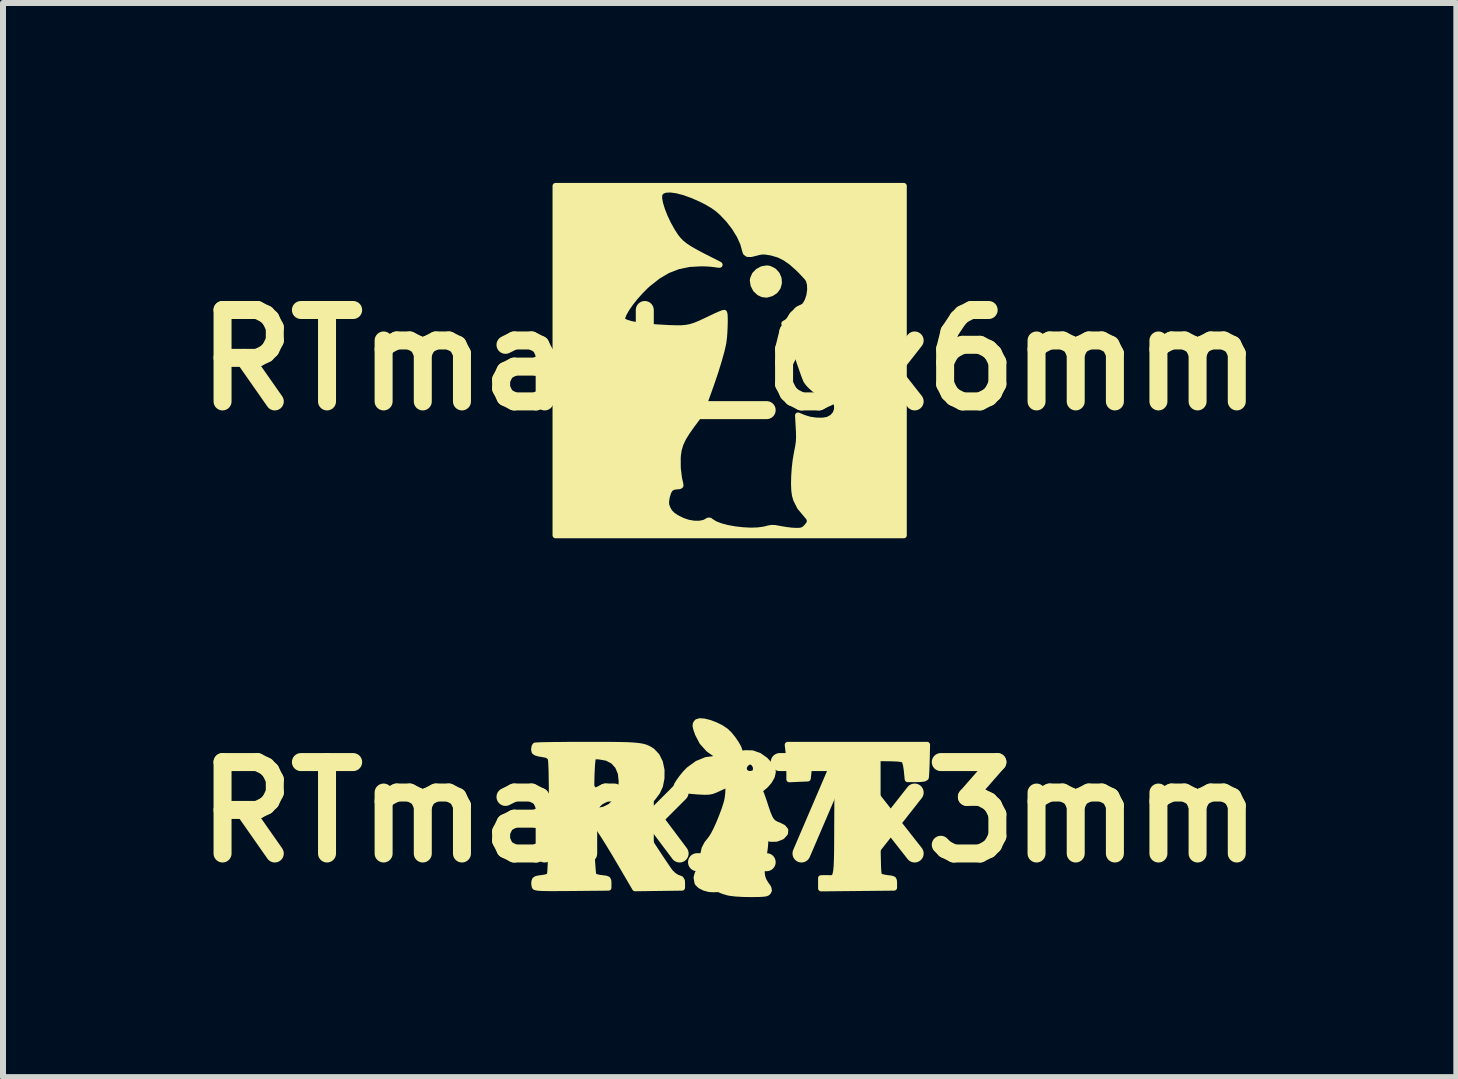
<source format=kicad_pcb>
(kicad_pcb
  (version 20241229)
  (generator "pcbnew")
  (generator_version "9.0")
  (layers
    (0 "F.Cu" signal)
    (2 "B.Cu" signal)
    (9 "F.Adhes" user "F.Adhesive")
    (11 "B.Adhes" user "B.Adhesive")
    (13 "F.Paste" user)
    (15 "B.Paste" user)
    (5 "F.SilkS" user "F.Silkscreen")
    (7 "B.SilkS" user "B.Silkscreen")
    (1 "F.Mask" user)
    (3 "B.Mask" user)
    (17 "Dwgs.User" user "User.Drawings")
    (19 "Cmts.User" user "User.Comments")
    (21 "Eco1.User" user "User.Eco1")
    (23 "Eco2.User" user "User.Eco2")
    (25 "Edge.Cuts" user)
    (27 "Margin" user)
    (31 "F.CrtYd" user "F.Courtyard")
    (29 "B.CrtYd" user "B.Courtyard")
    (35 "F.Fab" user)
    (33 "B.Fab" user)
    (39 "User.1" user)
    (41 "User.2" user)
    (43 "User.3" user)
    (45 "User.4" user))
  (footprint "RTmark_7x3mm"
    (layer "F.Cu")
    (at 9.115 10.49)
    (property "Reference" "RTmark_7x3mm" (at 0 0 0) (layer "F.SilkS") (effects (font (size 1.524 1.524) (thickness 0.3))))
    (attr through_hole)
    (fp_poly (pts (xy 3.291 -1.122) (xy 3.285 -0.863) (xy 3.282 -0.76) (xy 3.278 -0.672) (xy 3.274 -0.608) (xy 3.27 -0.577) (xy 3.27 -0.577) (xy 3.243 -0.56) (xy 3.175 -0.552) (xy 3.114 -0.55) (xy 2.968 -0.55) (xy 2.953 -0.698) (xy 2.94 -0.785) (xy 2.922 -0.847) (xy 2.907 -0.871) (xy 2.867 -0.885) (xy 2.791 -0.894) (xy 2.684 -0.898) (xy 2.671 -0.898) (xy 2.466 -0.9) (xy 2.466 0.068) (xy 2.466 0.307) (xy 2.467 0.506) (xy 2.468 0.67) (xy 2.471 0.8) (xy 2.473 0.901) (xy 2.477 0.974) (xy 2.482 1.024) (xy 2.488 1.052) (xy 2.493 1.062) (xy 2.528 1.08) (xy 2.59 1.094) (xy 2.63 1.1) (xy 2.695 1.108) (xy 2.728 1.12) (xy 2.739 1.144) (xy 2.741 1.185) (xy 2.741 1.259) (xy 2.133 1.265) (xy 1.524 1.271) (xy 1.524 1.186) (xy 1.524 1.101) (xy 1.625 1.1) (xy 1.662 1.101) (xy 1.693 1.101) (xy 1.719 1.097) (xy 1.74 1.086) (xy 1.756 1.063) (xy 1.768 1.026) (xy 1.777 0.971) (xy 1.784 0.894) (xy 1.788 0.792) (xy 1.791 0.662) (xy 1.792 0.5) (xy 1.793 0.302) (xy 1.794 0.072) (xy 1.8 -0.916) (xy 1.593 -0.901) (xy 1.497 -0.892) (xy 1.419 -0.879) (xy 1.37 -0.866) (xy 1.359 -0.86) (xy 1.343 -0.825) (xy 1.327 -0.763) (xy 1.317 -0.697) (xy 1.302 -0.561) (xy 1.148 -0.555) (xy 0.995 -0.548) (xy 0.995 -0.724) (xy 0.993 -0.824) (xy 0.988 -0.924) (xy 0.982 -1.004) (xy 0.981 -1.011) (xy 0.968 -1.122) (xy 2.13 -1.122) (xy 3.291 -1.122)) (stroke (width 0.1) (type solid)) (fill yes) (layer "F.SilkS"))
    (fp_poly (pts (xy -0.794 1.259) (xy -1.185 1.264) (xy -1.577 1.269) (xy -1.789 0.907) (xy -1.8 0.888) (xy -1.8 -0.509) (xy -1.815 -0.651) (xy -1.863 -0.765) (xy -1.94 -0.851) (xy -2.045 -0.906) (xy -2.178 -0.929) (xy -2.193 -0.93) (xy -2.28 -0.931) (xy -2.294 -0.801) (xy -2.298 -0.733) (xy -2.303 -0.633) (xy -2.306 -0.515) (xy -2.307 -0.389) (xy -2.307 -0.346) (xy -2.307 -0.021) (xy -2.238 -0.021) (xy -2.169 -0.027) (xy -2.095 -0.042) (xy -2.091 -0.043) (xy -1.989 -0.093) (xy -1.905 -0.175) (xy -1.843 -0.285) (xy -1.807 -0.415) (xy -1.8 -0.509) (xy -1.8 0.888) (xy -1.912 0.698) (xy -2.02 0.52) (xy -2.112 0.374) (xy -2.186 0.262) (xy -2.243 0.183) (xy -2.282 0.14) (xy -2.301 0.133) (xy -2.303 0.138) (xy -2.308 0.182) (xy -2.31 0.258) (xy -2.31 0.357) (xy -2.307 0.471) (xy -2.304 0.594) (xy -2.299 0.716) (xy -2.293 0.831) (xy -2.286 0.931) (xy -2.279 1.008) (xy -2.272 1.054) (xy -2.268 1.064) (xy -2.233 1.08) (xy -2.173 1.095) (xy -2.132 1.1) (xy -2.068 1.108) (xy -2.035 1.12) (xy -2.023 1.144) (xy -2.021 1.185) (xy -2.021 1.259) (xy -2.63 1.265) (xy -2.811 1.266) (xy -2.953 1.267) (xy -3.061 1.266) (xy -3.14 1.264) (xy -3.195 1.26) (xy -3.228 1.254) (xy -3.246 1.247) (xy -3.251 1.24) (xy -3.258 1.195) (xy -3.256 1.16) (xy -3.246 1.131) (xy -3.22 1.113) (xy -3.167 1.103) (xy -3.138 1.1) (xy -3.07 1.089) (xy -3.018 1.072) (xy -3.001 1.062) (xy -2.995 1.035) (xy -2.989 0.972) (xy -2.984 0.876) (xy -2.979 0.754) (xy -2.975 0.61) (xy -2.972 0.45) (xy -2.969 0.279) (xy -2.967 0.102) (xy -2.965 -0.075) (xy -2.965 -0.248) (xy -2.965 -0.411) (xy -2.967 -0.559) (xy -2.969 -0.686) (xy -2.973 -0.788) (xy -2.977 -0.859) (xy -2.983 -0.894) (xy -3.007 -0.932) (xy -3.052 -0.954) (xy -3.094 -0.963) (xy -3.177 -0.977) (xy -3.227 -0.991) (xy -3.252 -1.009) (xy -3.259 -1.036) (xy -3.26 -1.048) (xy -3.253 -1.092) (xy -3.241 -1.11) (xy -3.216 -1.112) (xy -3.154 -1.115) (xy -3.059 -1.117) (xy -2.935 -1.119) (xy -2.787 -1.12) (xy -2.621 -1.122) (xy -2.44 -1.122) (xy -2.389 -1.122) (xy -2.162 -1.122) (xy -1.974 -1.121) (xy -1.819 -1.119) (xy -1.693 -1.116) (xy -1.593 -1.11) (xy -1.514 -1.102) (xy -1.452 -1.091) (xy -1.402 -1.077) (xy -1.36 -1.059) (xy -1.322 -1.037) (xy -1.292 -1.017) (xy -1.216 -0.937) (xy -1.163 -0.83) (xy -1.136 -0.702) (xy -1.137 -0.563) (xy -1.162 -0.437) (xy -1.208 -0.338) (xy -1.284 -0.236) (xy -1.381 -0.141) (xy -1.488 -0.064) (xy -1.513 -0.05) (xy -1.574 -0.017) (xy -1.616 0.01) (xy -1.63 0.022) (xy -1.619 0.044) (xy -1.588 0.094) (xy -1.541 0.169) (xy -1.481 0.263) (xy -1.412 0.369) (xy -1.338 0.482) (xy -1.263 0.597) (xy -1.19 0.708) (xy -1.123 0.809) (xy -1.065 0.895) (xy -1.02 0.96) (xy -0.992 0.999) (xy -0.991 1) (xy -0.934 1.056) (xy -0.873 1.093) (xy -0.861 1.097) (xy -0.815 1.114) (xy -0.796 1.145) (xy -0.794 1.187) (xy -0.794 1.259)) (stroke (width 0.1) (type solid)) (fill yes) (layer "F.SilkS"))
    (fp_poly (pts (xy 0.927 0.301) (xy 0.923 0.35) (xy 0.877 0.401) (xy 0.861 0.412) (xy 0.78 0.443) (xy 0.686 0.445) (xy 0.64 0.434) (xy 0.611 0.428) (xy 0.597 0.441) (xy 0.593 0.484) (xy 0.593 0.511) (xy 0.588 0.579) (xy 0.576 0.669) (xy 0.559 0.761) (xy 0.559 0.762) (xy 0.543 0.856) (xy 0.535 0.948) (xy 0.535 1.02) (xy 0.535 1.02) (xy 0.544 1.081) (xy 0.563 1.135) (xy 0.598 1.195) (xy 0.645 1.262) (xy 0.654 1.305) (xy 0.643 1.328) (xy 0.628 1.344) (xy 0.602 1.355) (xy 0.556 1.361) (xy 0.484 1.365) (xy 0.441 1.365) (xy 0.441 -0.708) (xy 0.434 -0.764) (xy 0.405 -0.815) (xy 0.36 -0.844) (xy 0.342 -0.847) (xy 0.293 -0.829) (xy 0.251 -0.785) (xy 0.233 -0.734) (xy 0.233 -0.731) (xy 0.25 -0.672) (xy 0.299 -0.64) (xy 0.339 -0.635) (xy 0.39 -0.644) (xy 0.419 -0.66) (xy 0.441 -0.708) (xy 0.441 1.365) (xy 0.379 1.366) (xy 0.353 1.366) (xy 0.221 1.364) (xy 0.103 1.357) (xy 0.01 1.346) (xy -0.026 1.339) (xy -0.091 1.32) (xy -0.14 1.302) (xy -0.155 1.293) (xy -0.185 1.284) (xy -0.24 1.284) (xy -0.262 1.286) (xy -0.339 1.282) (xy -0.419 1.261) (xy -0.487 1.227) (xy -0.531 1.185) (xy -0.537 1.174) (xy -0.552 1.091) (xy -0.533 1.021) (xy -0.492 0.979) (xy -0.461 0.956) (xy -0.444 0.931) (xy -0.438 0.889) (xy -0.439 0.821) (xy -0.44 0.8) (xy -0.438 0.696) (xy -0.419 0.61) (xy -0.377 0.529) (xy -0.306 0.439) (xy -0.271 0.384) (xy -0.227 0.3) (xy -0.179 0.194) (xy -0.131 0.077) (xy -0.087 -0.04) (xy -0.052 -0.149) (xy -0.044 -0.18) (xy -0.033 -0.235) (xy -0.025 -0.304) (xy -0.021 -0.373) (xy -0.021 -0.43) (xy -0.026 -0.462) (xy -0.029 -0.466) (xy -0.051 -0.457) (xy -0.101 -0.435) (xy -0.169 -0.404) (xy -0.18 -0.399) (xy -0.246 -0.369) (xy -0.299 -0.35) (xy -0.35 -0.341) (xy -0.413 -0.339) (xy -0.502 -0.343) (xy -0.537 -0.345) (xy -0.662 -0.356) (xy -0.765 -0.371) (xy -0.84 -0.389) (xy -0.882 -0.409) (xy -0.889 -0.421) (xy -0.876 -0.457) (xy -0.841 -0.512) (xy -0.793 -0.578) (xy -0.739 -0.644) (xy -0.686 -0.699) (xy -0.679 -0.706) (xy -0.539 -0.808) (xy -0.392 -0.868) (xy -0.234 -0.889) (xy -0.233 -0.889) (xy -0.095 -0.89) (xy -0.212 -0.953) (xy -0.35 -1.049) (xy -0.458 -1.17) (xy -0.528 -1.304) (xy -0.557 -1.386) (xy -0.569 -1.439) (xy -0.564 -1.473) (xy -0.545 -1.499) (xy -0.54 -1.503) (xy -0.495 -1.516) (xy -0.423 -1.51) (xy -0.335 -1.488) (xy -0.24 -1.452) (xy -0.148 -1.407) (xy -0.068 -1.354) (xy -0.009 -1.298) (xy 0.052 -1.223) (xy 0.107 -1.143) (xy 0.147 -1.071) (xy 0.159 -1.035) (xy 0.171 -0.995) (xy 0.19 -0.978) (xy 0.23 -0.978) (xy 0.266 -0.983) (xy 0.378 -0.98) (xy 0.491 -0.94) (xy 0.593 -0.868) (xy 0.647 -0.809) (xy 0.687 -0.749) (xy 0.714 -0.696) (xy 0.72 -0.672) (xy 0.703 -0.597) (xy 0.658 -0.517) (xy 0.595 -0.445) (xy 0.57 -0.424) (xy 0.52 -0.383) (xy 0.505 -0.353) (xy 0.51 -0.337) (xy 0.524 -0.305) (xy 0.547 -0.242) (xy 0.575 -0.16) (xy 0.594 -0.101) (xy 0.633 0.014) (xy 0.667 0.095) (xy 0.701 0.15) (xy 0.742 0.186) (xy 0.794 0.212) (xy 0.814 0.218) (xy 0.89 0.256) (xy 0.927 0.301)) (stroke (width 0.1) (type solid)) (fill yes) (layer "F.SilkS")))
  (footprint "RTmark_6x6mm"
    (layer "F.Cu")
    (at 9.115 2.953)
    (property "Reference" "RTmark_6x6mm" (at 0 0 0) (layer "F.SilkS") (effects (font (size 1.524 1.524) (thickness 0.3))))
    (attr through_hole)
    (fp_poly (pts (xy 0.821 -1.285) (xy 0.802 -1.214) (xy 0.757 -1.153) (xy 0.695 -1.113) (xy 0.618 -1.091) (xy 0.551 -1.098) (xy 0.493 -1.125) (xy 0.435 -1.179) (xy 0.398 -1.252) (xy 0.386 -1.329) (xy 0.389 -1.351) (xy 0.419 -1.422) (xy 0.474 -1.478) (xy 0.545 -1.516) (xy 0.622 -1.528) (xy 0.661 -1.522) (xy 0.735 -1.485) (xy 0.787 -1.428) (xy 0.816 -1.359) (xy 0.821 -1.285)) (stroke (width 0.1) (type solid)) (fill yes) (layer "F.SilkS"))
    (fp_poly (pts (xy 2.903 2.921) (xy 1.79 2.921) (xy 1.79 0.825) (xy 1.79 0.752) (xy 1.76 0.684) (xy 1.757 0.681) (xy 1.723 0.651) (xy 1.67 0.615) (xy 1.606 0.578) (xy 1.544 0.548) (xy 1.495 0.529) (xy 1.477 0.526) (xy 1.449 0.514) (xy 1.406 0.481) (xy 1.358 0.438) (xy 1.313 0.391) (xy 1.282 0.349) (xy 1.277 0.341) (xy 1.262 0.306) (xy 1.238 0.243) (xy 1.209 0.16) (xy 1.176 0.065) (xy 1.158 0.012) (xy 1.12 -0.1) (xy 1.077 -0.216) (xy 1.034 -0.324) (xy 0.997 -0.413) (xy 0.987 -0.434) (xy 0.954 -0.504) (xy 0.929 -0.561) (xy 0.914 -0.598) (xy 0.911 -0.607) (xy 0.929 -0.617) (xy 0.967 -0.64) (xy 0.998 -0.657) (xy 1.088 -0.722) (xy 1.177 -0.81) (xy 1.253 -0.907) (xy 1.298 -0.984) (xy 1.328 -1.073) (xy 1.342 -1.17) (xy 1.339 -1.262) (xy 1.319 -1.335) (xy 1.317 -1.339) (xy 1.294 -1.372) (xy 1.25 -1.421) (xy 1.194 -1.481) (xy 1.139 -1.535) (xy 1.027 -1.634) (xy 0.923 -1.706) (xy 0.819 -1.757) (xy 0.704 -1.791) (xy 0.666 -1.798) (xy 0.594 -1.809) (xy 0.539 -1.81) (xy 0.483 -1.8) (xy 0.434 -1.787) (xy 0.354 -1.768) (xy 0.3 -1.769) (xy 0.269 -1.792) (xy 0.258 -1.825) (xy 0.225 -1.945) (xy 0.166 -2.075) (xy 0.084 -2.209) (xy -0.016 -2.339) (xy -0.126 -2.455) (xy -0.202 -2.522) (xy -0.281 -2.578) (xy -0.373 -2.632) (xy -0.458 -2.676) (xy -0.614 -2.746) (xy -0.756 -2.797) (xy -0.882 -2.83) (xy -0.989 -2.844) (xy -1.075 -2.839) (xy -1.136 -2.815) (xy -1.171 -2.77) (xy -1.174 -2.76) (xy -1.176 -2.696) (xy -1.16 -2.609) (xy -1.128 -2.505) (xy -1.083 -2.39) (xy -1.027 -2.271) (xy -0.962 -2.155) (xy -0.903 -2.063) (xy -0.858 -2.006) (xy -0.806 -1.953) (xy -0.741 -1.901) (xy -0.66 -1.848) (xy -0.556 -1.789) (xy -0.425 -1.72) (xy -0.39 -1.703) (xy -0.31 -1.662) (xy -0.242 -1.628) (xy -0.193 -1.603) (xy -0.169 -1.59) (xy -0.168 -1.589) (xy -0.181 -1.589) (xy -0.22 -1.594) (xy -0.249 -1.598) (xy -0.313 -1.606) (xy -0.394 -1.611) (xy -0.472 -1.613) (xy -0.674 -1.602) (xy -0.858 -1.564) (xy -1.032 -1.497) (xy -1.198 -1.399) (xy -1.364 -1.268) (xy -1.397 -1.238) (xy -1.488 -1.147) (xy -1.574 -1.051) (xy -1.651 -0.954) (xy -1.716 -0.861) (xy -1.764 -0.778) (xy -1.791 -0.711) (xy -1.796 -0.68) (xy -1.778 -0.651) (xy -1.726 -0.625) (xy -1.642 -0.6) (xy -1.527 -0.579) (xy -1.384 -0.56) (xy -1.215 -0.545) (xy -1.022 -0.534) (xy -1.016 -0.534) (xy -0.901 -0.53) (xy -0.807 -0.53) (xy -0.727 -0.537) (xy -0.653 -0.551) (xy -0.576 -0.575) (xy -0.488 -0.611) (xy -0.381 -0.661) (xy -0.304 -0.698) (xy -0.226 -0.735) (xy -0.16 -0.764) (xy -0.114 -0.782) (xy -0.092 -0.787) (xy -0.092 -0.787) (xy -0.085 -0.762) (xy -0.082 -0.71) (xy -0.082 -0.637) (xy -0.084 -0.553) (xy -0.088 -0.465) (xy -0.094 -0.382) (xy -0.103 -0.311) (xy -0.107 -0.281) (xy -0.136 -0.153) (xy -0.18 0.004) (xy -0.237 0.189) (xy -0.307 0.397) (xy -0.362 0.55) (xy -0.403 0.664) (xy -0.434 0.75) (xy -0.459 0.815) (xy -0.482 0.866) (xy -0.504 0.908) (xy -0.531 0.949) (xy -0.564 0.995) (xy -0.607 1.053) (xy -0.627 1.079) (xy -0.714 1.202) (xy -0.778 1.307) (xy -0.822 1.403) (xy -0.85 1.498) (xy -0.864 1.599) (xy -0.866 1.631) (xy -0.865 1.802) (xy -0.844 1.973) (xy -0.823 2.064) (xy -0.82 2.092) (xy -0.838 2.103) (xy -0.87 2.105) (xy -0.937 2.113) (xy -0.986 2.14) (xy -1.021 2.192) (xy -1.046 2.273) (xy -1.053 2.306) (xy -1.061 2.371) (xy -1.056 2.422) (xy -1.036 2.476) (xy -1.003 2.534) (xy -0.954 2.584) (xy -0.884 2.631) (xy -0.788 2.679) (xy -0.694 2.711) (xy -0.595 2.728) (xy -0.502 2.729) (xy -0.424 2.713) (xy -0.392 2.697) (xy -0.355 2.676) (xy -0.331 2.677) (xy -0.311 2.692) (xy -0.247 2.733) (xy -0.154 2.769) (xy -0.041 2.799) (xy 0.085 2.822) (xy 0.218 2.837) (xy 0.349 2.844) (xy 0.47 2.84) (xy 0.575 2.826) (xy 0.602 2.819) (xy 0.658 2.805) (xy 0.703 2.798) (xy 0.752 2.8) (xy 0.815 2.811) (xy 0.857 2.819) (xy 0.944 2.833) (xy 1.033 2.844) (xy 1.107 2.848) (xy 1.113 2.848) (xy 1.176 2.846) (xy 1.218 2.836) (xy 1.254 2.813) (xy 1.281 2.787) (xy 1.326 2.73) (xy 1.34 2.68) (xy 1.321 2.628) (xy 1.27 2.568) (xy 1.269 2.566) (xy 1.173 2.452) (xy 1.109 2.325) (xy 1.088 2.252) (xy 1.077 2.17) (xy 1.073 2.062) (xy 1.076 1.936) (xy 1.085 1.803) (xy 1.1 1.671) (xy 1.121 1.549) (xy 1.124 1.533) (xy 1.142 1.442) (xy 1.153 1.365) (xy 1.157 1.288) (xy 1.155 1.196) (xy 1.152 1.138) (xy 1.14 0.924) (xy 1.237 0.964) (xy 1.334 0.994) (xy 1.442 1.009) (xy 1.547 1.011) (xy 1.635 0.997) (xy 1.641 0.994) (xy 1.713 0.955) (xy 1.764 0.896) (xy 1.79 0.825) (xy 1.79 2.921) (xy 0 2.921) (xy -2.903 2.921) (xy -2.903 0.009) (xy -2.903 -2.903) (xy 0 -2.903) (xy 2.903 -2.903) (xy 2.903 0.009) (xy 2.903 2.921)) (stroke (width 0.1) (type solid)) (fill yes) (layer "F.SilkS")))
  (gr_rect
    (start -3 -3)
    (end 21.23 14.908)
    (stroke (width 0.1) (type default))
    (fill no)
    (layer "Edge.Cuts")))
</source>
